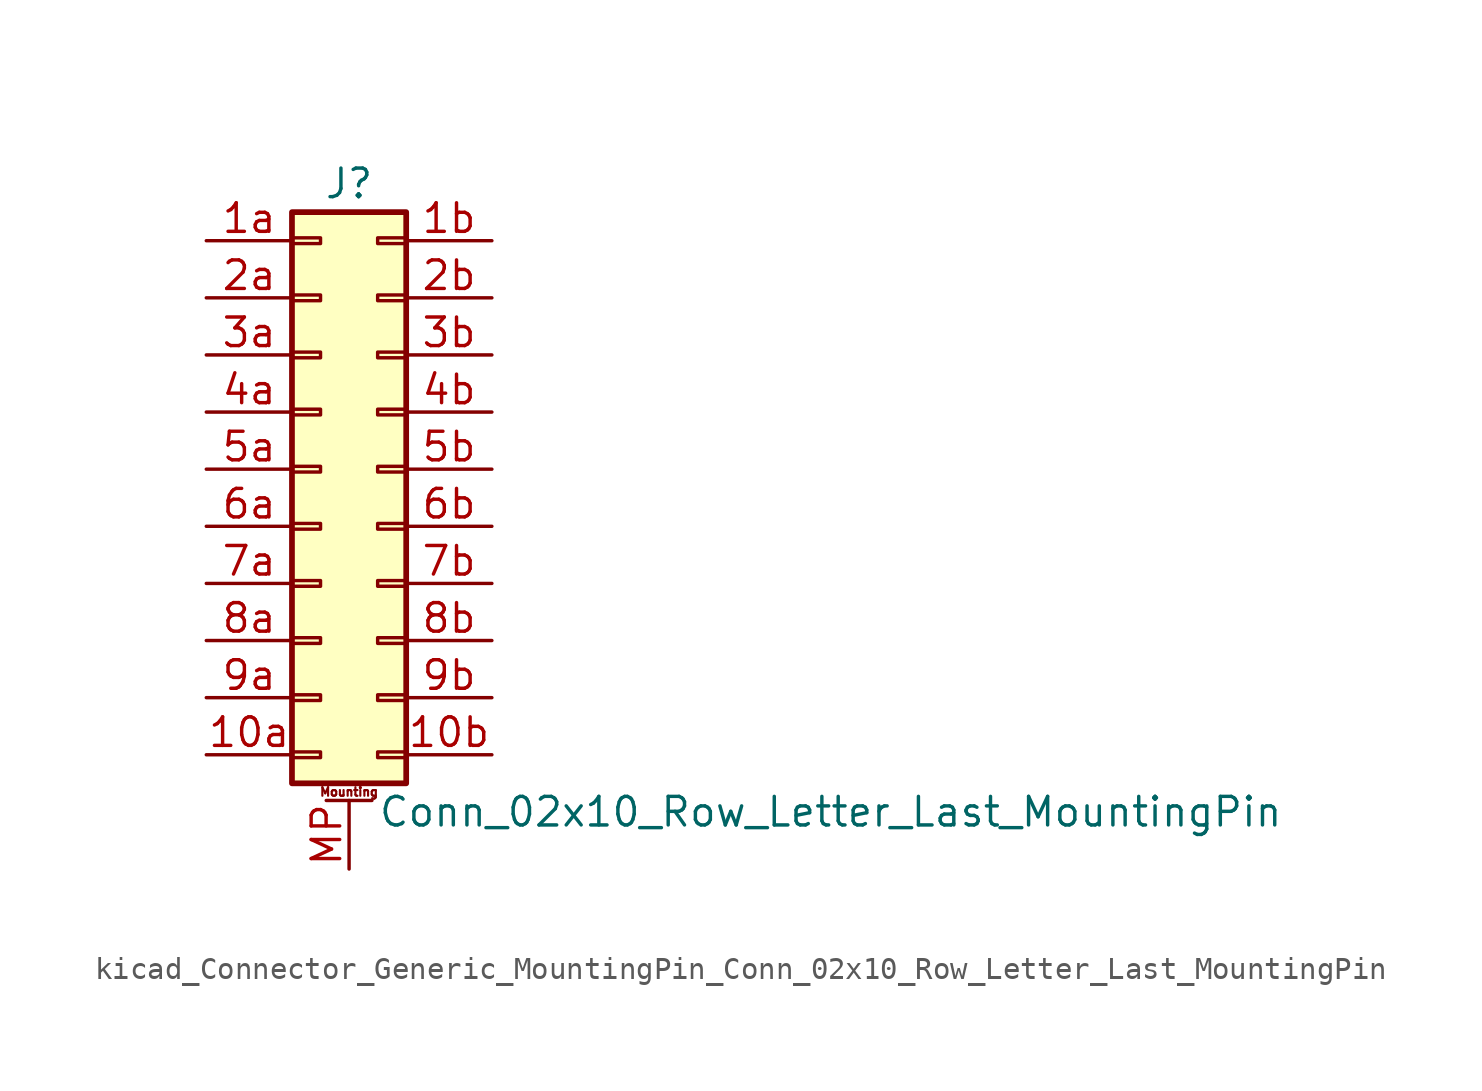
<source format=kicad_sym>
(kicad_symbol_lib
  (version 20220914)
  (generator kicad_symbol_editor)
  (symbol "kicad_Connector_Generic_MountingPin_Conn_02x10_Row_Letter_Last_MountingPin"
    (pin_names
      (offset 1.016) hide)
    (property "Reference" "J"
      (at 1.27 12.7 0)
      (effects (font (size 1.27 1.27))))
    (property "Value" "Conn_02x10_Row_Letter_Last_MountingPin"
      (at 2.54 -15.24 0)
      (effects (font (size 1.27 1.27)) (justify left)))
    (symbol "kicad_Connector_Generic_MountingPin_Conn_02x10_Row_Letter_Last_MountingPin_1_1"
      (rectangle (start -1.27 -12.573) (end 0 -12.827) (stroke (width 0.152) (type default)) (fill (type none)))
      (rectangle (start -1.27 -10.033) (end 0 -10.287) (stroke (width 0.152) (type default)) (fill (type none)))
      (rectangle (start -1.27 -7.493) (end 0 -7.747) (stroke (width 0.152) (type default)) (fill (type none)))
      (rectangle (start -1.27 -4.953) (end 0 -5.207) (stroke (width 0.152) (type default)) (fill (type none)))
      (rectangle (start -1.27 -2.413) (end 0 -2.667) (stroke (width 0.152) (type default)) (fill (type none)))
      (rectangle (start -1.27 0.127) (end 0 -0.127) (stroke (width 0.152) (type default)) (fill (type none)))
      (rectangle (start -1.27 2.667) (end 0 2.413) (stroke (width 0.152) (type default)) (fill (type none)))
      (rectangle (start -1.27 5.207) (end 0 4.953) (stroke (width 0.152) (type default)) (fill (type none)))
      (rectangle (start -1.27 7.747) (end 0 7.493) (stroke (width 0.152) (type default)) (fill (type none)))
      (rectangle (start -1.27 10.287) (end 0 10.033) (stroke (width 0.152) (type default)) (fill (type none)))
      (rectangle (start -1.27 11.43) (end 3.81 -13.97) (stroke (width 0.254) (type default)) (fill (type background)))
      (polyline (pts (xy 0.254 -14.732) (xy 2.286 -14.732)) (stroke (width 0.152) (type default)) (fill (type none)))
      (rectangle (start 3.81 -12.573) (end 2.54 -12.827) (stroke (width 0.152) (type default)) (fill (type none)))
      (rectangle (start 3.81 -10.033) (end 2.54 -10.287) (stroke (width 0.152) (type default)) (fill (type none)))
      (rectangle (start 3.81 -7.493) (end 2.54 -7.747) (stroke (width 0.152) (type default)) (fill (type none)))
      (rectangle (start 3.81 -4.953) (end 2.54 -5.207) (stroke (width 0.152) (type default)) (fill (type none)))
      (rectangle (start 3.81 -2.413) (end 2.54 -2.667) (stroke (width 0.152) (type default)) (fill (type none)))
      (rectangle (start 3.81 0.127) (end 2.54 -0.127) (stroke (width 0.152) (type default)) (fill (type none)))
      (rectangle (start 3.81 2.667) (end 2.54 2.413) (stroke (width 0.152) (type default)) (fill (type none)))
      (rectangle (start 3.81 5.207) (end 2.54 4.953) (stroke (width 0.152) (type default)) (fill (type none)))
      (rectangle (start 3.81 7.747) (end 2.54 7.493) (stroke (width 0.152) (type default)) (fill (type none)))
      (rectangle (start 3.81 10.287) (end 2.54 10.033) (stroke (width 0.152) (type default)) (fill (type none)))
      (text "Mounting" (at 1.27 -14.351 0) (effects (font (size 0.381 0.381))))
      (pin passive line (at -5.08 -12.7 0) (length 3.81) (name "Pin_10a" (effects (font (size 1.27 1.27)))) (number "10a" (effects (font (size 1.27 1.27)))))
      (pin passive line (at 7.62 -12.7 180) (length 3.81) (name "Pin_10b" (effects (font (size 1.27 1.27)))) (number "10b" (effects (font (size 1.27 1.27)))))
      (pin passive line (at -5.08 10.16 0) (length 3.81) (name "Pin_1a" (effects (font (size 1.27 1.27)))) (number "1a" (effects (font (size 1.27 1.27)))))
      (pin passive line (at 7.62 10.16 180) (length 3.81) (name "Pin_1b" (effects (font (size 1.27 1.27)))) (number "1b" (effects (font (size 1.27 1.27)))))
      (pin passive line (at -5.08 7.62 0) (length 3.81) (name "Pin_2a" (effects (font (size 1.27 1.27)))) (number "2a" (effects (font (size 1.27 1.27)))))
      (pin passive line (at 7.62 7.62 180) (length 3.81) (name "Pin_2b" (effects (font (size 1.27 1.27)))) (number "2b" (effects (font (size 1.27 1.27)))))
      (pin passive line (at -5.08 5.08 0) (length 3.81) (name "Pin_3a" (effects (font (size 1.27 1.27)))) (number "3a" (effects (font (size 1.27 1.27)))))
      (pin passive line (at 7.62 5.08 180) (length 3.81) (name "Pin_3b" (effects (font (size 1.27 1.27)))) (number "3b" (effects (font (size 1.27 1.27)))))
      (pin passive line (at -5.08 2.54 0) (length 3.81) (name "Pin_4a" (effects (font (size 1.27 1.27)))) (number "4a" (effects (font (size 1.27 1.27)))))
      (pin passive line (at 7.62 2.54 180) (length 3.81) (name "Pin_4b" (effects (font (size 1.27 1.27)))) (number "4b" (effects (font (size 1.27 1.27)))))
      (pin passive line (at -5.08 0 0) (length 3.81) (name "Pin_5a" (effects (font (size 1.27 1.27)))) (number "5a" (effects (font (size 1.27 1.27)))))
      (pin passive line (at 7.62 0 180) (length 3.81) (name "Pin_5b" (effects (font (size 1.27 1.27)))) (number "5b" (effects (font (size 1.27 1.27)))))
      (pin passive line (at -5.08 -2.54 0) (length 3.81) (name "Pin_6a" (effects (font (size 1.27 1.27)))) (number "6a" (effects (font (size 1.27 1.27)))))
      (pin passive line (at 7.62 -2.54 180) (length 3.81) (name "Pin_6b" (effects (font (size 1.27 1.27)))) (number "6b" (effects (font (size 1.27 1.27)))))
      (pin passive line (at -5.08 -5.08 0) (length 3.81) (name "Pin_7a" (effects (font (size 1.27 1.27)))) (number "7a" (effects (font (size 1.27 1.27)))))
      (pin passive line (at 7.62 -5.08 180) (length 3.81) (name "Pin_7b" (effects (font (size 1.27 1.27)))) (number "7b" (effects (font (size 1.27 1.27)))))
      (pin passive line (at -5.08 -7.62 0) (length 3.81) (name "Pin_8a" (effects (font (size 1.27 1.27)))) (number "8a" (effects (font (size 1.27 1.27)))))
      (pin passive line (at 7.62 -7.62 180) (length 3.81) (name "Pin_8b" (effects (font (size 1.27 1.27)))) (number "8b" (effects (font (size 1.27 1.27)))))
      (pin passive line (at -5.08 -10.16 0) (length 3.81) (name "Pin_9a" (effects (font (size 1.27 1.27)))) (number "9a" (effects (font (size 1.27 1.27)))))
      (pin passive line (at 7.62 -10.16 180) (length 3.81) (name "Pin_9b" (effects (font (size 1.27 1.27)))) (number "9b" (effects (font (size 1.27 1.27)))))
      (pin passive line (at 1.27 -17.78 90) (length 3.048) (name "MountPin" (effects (font (size 1.27 1.27)))) (number "MP" (effects (font (size 1.27 1.27))))))))
</source>
